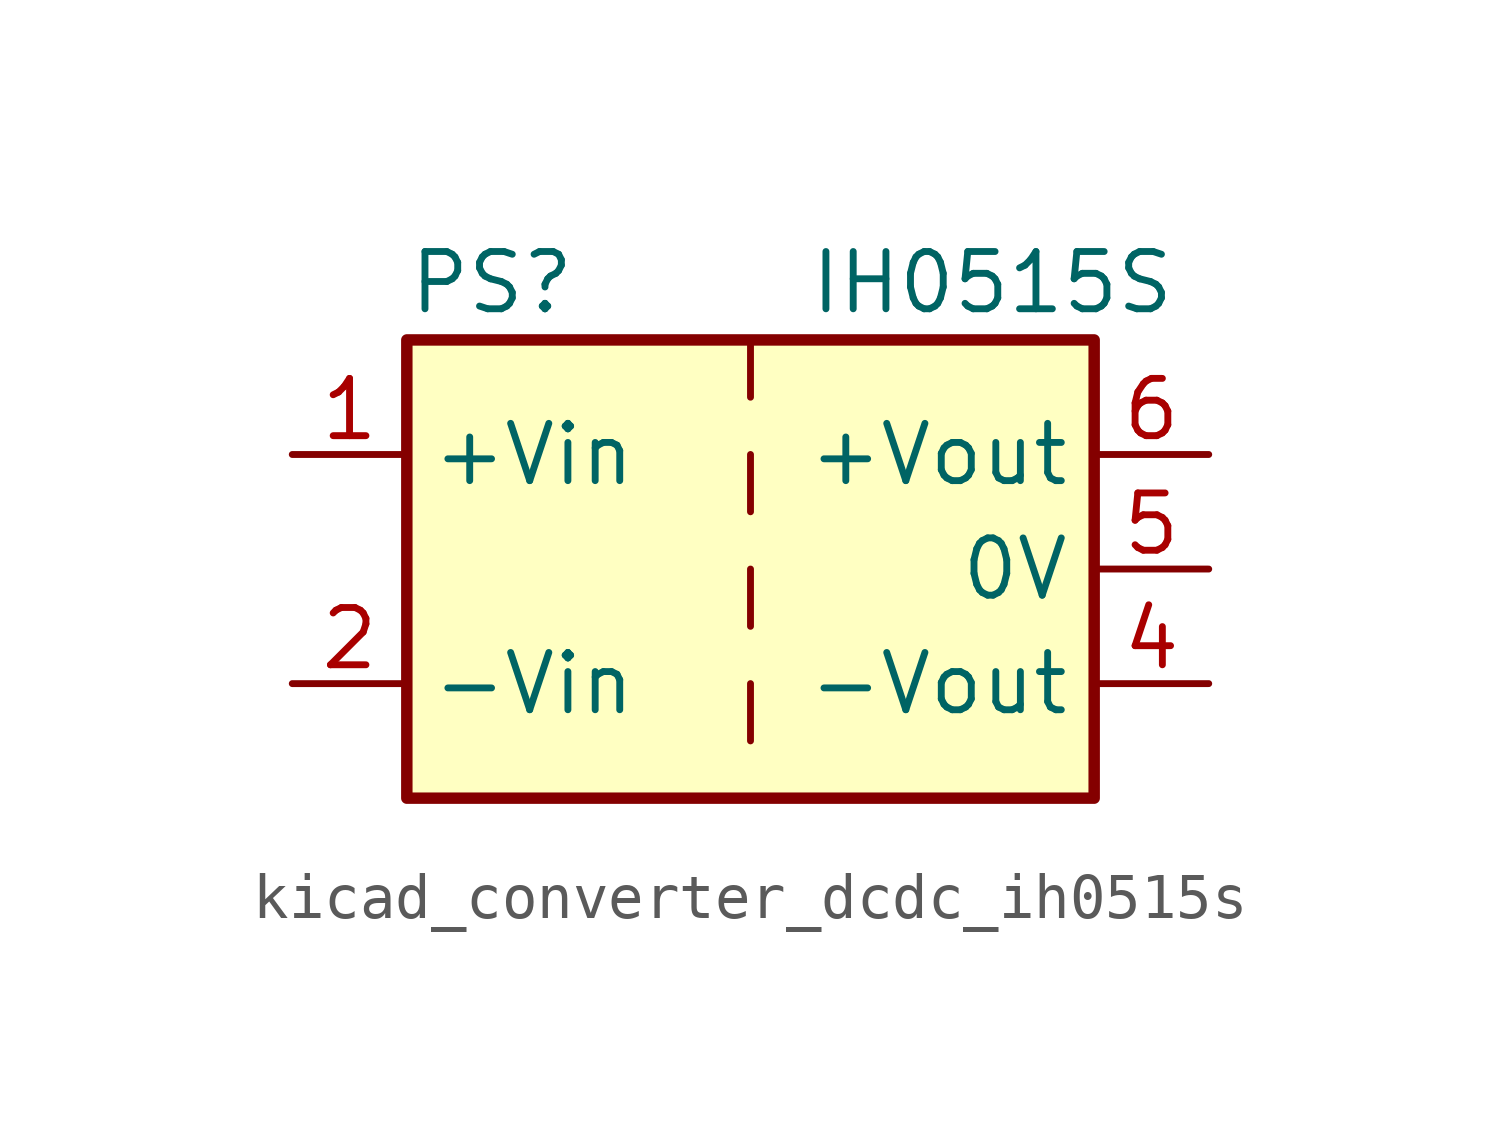
<source format=kicad_sym>
(kicad_symbol_lib
  (version 20220914)
  (generator kicad_symbol_editor)
  (symbol "kicad_converter_dcdc_ih0515s"
    (property "Reference" "PS"
      (at -7.62 6.35 0)
      (effects (font (size 1.27 1.27)) (justify left)))
    (property "Value" "IH0515S"
      (at 1.27 6.35 0)
      (effects (font (size 1.27 1.27)) (justify left)))
    (symbol "kicad_converter_dcdc_ih0515s_0_0"
      (pin power_in line (at -10.16 2.54 0) (length 2.54) (name "+Vin" (effects (font (size 1.27 1.27)))) (number "1" (effects (font (size 1.27 1.27)))))
      (pin power_in line (at -10.16 -2.54 0) (length 2.54) (name "-Vin" (effects (font (size 1.27 1.27)))) (number "2" (effects (font (size 1.27 1.27)))))
      (pin power_out line (at 10.16 -2.54 180) (length 2.54) (name "-Vout" (effects (font (size 1.27 1.27)))) (number "4" (effects (font (size 1.27 1.27)))))
      (pin power_out line (at 10.16 0 180) (length 2.54) (name "0V" (effects (font (size 1.27 1.27)))) (number "5" (effects (font (size 1.27 1.27)))))
      (pin power_out line (at 10.16 2.54 180) (length 2.54) (name "+Vout" (effects (font (size 1.27 1.27)))) (number "6" (effects (font (size 1.27 1.27))))))
    (symbol "kicad_converter_dcdc_ih0515s_0_1"
      (rectangle (start -7.62 5.08) (end 7.62 -5.08) (stroke (width 0.254) (type default)) (fill (type background)))
      (polyline (pts (xy 0 -2.54) (xy 0 -3.81)) (stroke (width 0) (type default)) (fill (type none)))
      (polyline (pts (xy 0 0) (xy 0 -1.27)) (stroke (width 0) (type default)) (fill (type none)))
      (polyline (pts (xy 0 2.54) (xy 0 1.27)) (stroke (width 0) (type default)) (fill (type none)))
      (polyline (pts (xy 0 5.08) (xy 0 3.81)) (stroke (width 0) (type default)) (fill (type none))))))
</source>
